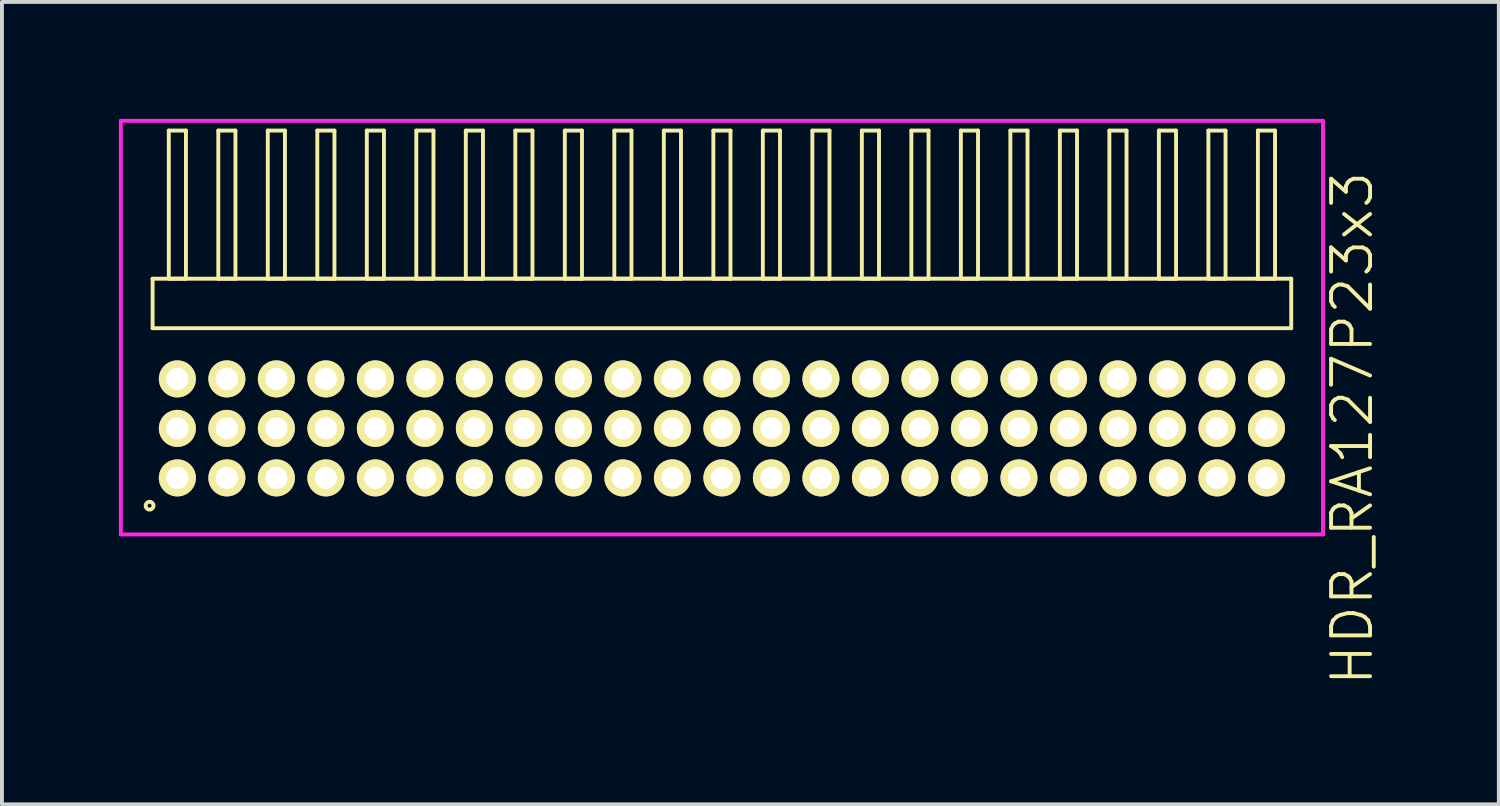
<source format=kicad_pcb>
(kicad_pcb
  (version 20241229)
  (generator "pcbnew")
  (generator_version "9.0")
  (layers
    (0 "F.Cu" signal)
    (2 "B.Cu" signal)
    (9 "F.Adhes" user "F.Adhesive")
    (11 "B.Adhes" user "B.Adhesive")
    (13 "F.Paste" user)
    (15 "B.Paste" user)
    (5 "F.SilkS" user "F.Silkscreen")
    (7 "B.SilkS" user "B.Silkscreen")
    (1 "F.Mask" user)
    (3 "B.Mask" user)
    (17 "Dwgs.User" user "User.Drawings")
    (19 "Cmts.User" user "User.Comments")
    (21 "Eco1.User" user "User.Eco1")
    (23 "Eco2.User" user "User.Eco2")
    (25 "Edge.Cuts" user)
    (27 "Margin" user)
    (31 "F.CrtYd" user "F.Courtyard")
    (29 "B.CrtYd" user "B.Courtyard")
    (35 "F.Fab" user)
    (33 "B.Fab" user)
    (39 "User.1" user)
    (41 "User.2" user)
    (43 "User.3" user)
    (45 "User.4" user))
  (footprint "HDR_RA127P23x3"
    (layer "F.Cu")
    (at 15.47 7.94)
    (property "Reference" "HDR_RA127P23x3" (at 16.17 0 90) (layer "F.SilkS") (effects (font (size 1 1) (thickness 0.1))))
    (attr through_hole)
    (fp_line (start -14.605 -3.84) (end -14.605 -2.57) (stroke (width 0.1) (type solid)) (layer "F.SilkS"))
    (fp_line (start -14.605 -2.57) (end 14.605 -2.57) (stroke (width 0.1) (type solid)) (layer "F.SilkS"))
    (fp_line (start -14.19 -7.64) (end -14.19 -3.84) (stroke (width 0.1) (type solid)) (layer "F.SilkS"))
    (fp_line (start -14.19 -3.84) (end -13.75 -3.84) (stroke (width 0.1) (type solid)) (layer "F.SilkS"))
    (fp_line (start -13.75 -7.64) (end -14.19 -7.64) (stroke (width 0.1) (type solid)) (layer "F.SilkS"))
    (fp_line (start -13.75 -3.84) (end -13.75 -7.64) (stroke (width 0.1) (type solid)) (layer "F.SilkS"))
    (fp_line (start -12.92 -7.64) (end -12.92 -3.84) (stroke (width 0.1) (type solid)) (layer "F.SilkS"))
    (fp_line (start -12.92 -3.84) (end -12.48 -3.84) (stroke (width 0.1) (type solid)) (layer "F.SilkS"))
    (fp_line (start -12.48 -7.64) (end -12.92 -7.64) (stroke (width 0.1) (type solid)) (layer "F.SilkS"))
    (fp_line (start -12.48 -3.84) (end -12.48 -7.64) (stroke (width 0.1) (type solid)) (layer "F.SilkS"))
    (fp_line (start -11.65 -7.64) (end -11.65 -3.84) (stroke (width 0.1) (type solid)) (layer "F.SilkS"))
    (fp_line (start -11.65 -3.84) (end -11.21 -3.84) (stroke (width 0.1) (type solid)) (layer "F.SilkS"))
    (fp_line (start -11.21 -7.64) (end -11.65 -7.64) (stroke (width 0.1) (type solid)) (layer "F.SilkS"))
    (fp_line (start -11.21 -3.84) (end -11.21 -7.64) (stroke (width 0.1) (type solid)) (layer "F.SilkS"))
    (fp_line (start -10.38 -7.64) (end -10.38 -3.84) (stroke (width 0.1) (type solid)) (layer "F.SilkS"))
    (fp_line (start -10.38 -3.84) (end -9.94 -3.84) (stroke (width 0.1) (type solid)) (layer "F.SilkS"))
    (fp_line (start -9.94 -7.64) (end -10.38 -7.64) (stroke (width 0.1) (type solid)) (layer "F.SilkS"))
    (fp_line (start -9.94 -3.84) (end -9.94 -7.64) (stroke (width 0.1) (type solid)) (layer "F.SilkS"))
    (fp_line (start -9.11 -7.64) (end -9.11 -3.84) (stroke (width 0.1) (type solid)) (layer "F.SilkS"))
    (fp_line (start -9.11 -3.84) (end -8.67 -3.84) (stroke (width 0.1) (type solid)) (layer "F.SilkS"))
    (fp_line (start -8.67 -7.64) (end -9.11 -7.64) (stroke (width 0.1) (type solid)) (layer "F.SilkS"))
    (fp_line (start -8.67 -3.84) (end -8.67 -7.64) (stroke (width 0.1) (type solid)) (layer "F.SilkS"))
    (fp_line (start -7.84 -7.64) (end -7.84 -3.84) (stroke (width 0.1) (type solid)) (layer "F.SilkS"))
    (fp_line (start -7.84 -3.84) (end -7.4 -3.84) (stroke (width 0.1) (type solid)) (layer "F.SilkS"))
    (fp_line (start -7.4 -7.64) (end -7.84 -7.64) (stroke (width 0.1) (type solid)) (layer "F.SilkS"))
    (fp_line (start -7.4 -3.84) (end -7.4 -7.64) (stroke (width 0.1) (type solid)) (layer "F.SilkS"))
    (fp_line (start -6.57 -7.64) (end -6.57 -3.84) (stroke (width 0.1) (type solid)) (layer "F.SilkS"))
    (fp_line (start -6.57 -3.84) (end -6.13 -3.84) (stroke (width 0.1) (type solid)) (layer "F.SilkS"))
    (fp_line (start -6.13 -7.64) (end -6.57 -7.64) (stroke (width 0.1) (type solid)) (layer "F.SilkS"))
    (fp_line (start -6.13 -3.84) (end -6.13 -7.64) (stroke (width 0.1) (type solid)) (layer "F.SilkS"))
    (fp_line (start -5.3 -7.64) (end -5.3 -3.84) (stroke (width 0.1) (type solid)) (layer "F.SilkS"))
    (fp_line (start -5.3 -3.84) (end -4.86 -3.84) (stroke (width 0.1) (type solid)) (layer "F.SilkS"))
    (fp_line (start -4.86 -7.64) (end -5.3 -7.64) (stroke (width 0.1) (type solid)) (layer "F.SilkS"))
    (fp_line (start -4.86 -3.84) (end -4.86 -7.64) (stroke (width 0.1) (type solid)) (layer "F.SilkS"))
    (fp_line (start -4.03 -7.64) (end -4.03 -3.84) (stroke (width 0.1) (type solid)) (layer "F.SilkS"))
    (fp_line (start -4.03 -3.84) (end -3.59 -3.84) (stroke (width 0.1) (type solid)) (layer "F.SilkS"))
    (fp_line (start -3.59 -7.64) (end -4.03 -7.64) (stroke (width 0.1) (type solid)) (layer "F.SilkS"))
    (fp_line (start -3.59 -3.84) (end -3.59 -7.64) (stroke (width 0.1) (type solid)) (layer "F.SilkS"))
    (fp_line (start -2.76 -7.64) (end -2.76 -3.84) (stroke (width 0.1) (type solid)) (layer "F.SilkS"))
    (fp_line (start -2.76 -3.84) (end -2.32 -3.84) (stroke (width 0.1) (type solid)) (layer "F.SilkS"))
    (fp_line (start -2.32 -7.64) (end -2.76 -7.64) (stroke (width 0.1) (type solid)) (layer "F.SilkS"))
    (fp_line (start -2.32 -3.84) (end -2.32 -7.64) (stroke (width 0.1) (type solid)) (layer "F.SilkS"))
    (fp_line (start -1.49 -7.64) (end -1.49 -3.84) (stroke (width 0.1) (type solid)) (layer "F.SilkS"))
    (fp_line (start -1.49 -3.84) (end -1.05 -3.84) (stroke (width 0.1) (type solid)) (layer "F.SilkS"))
    (fp_line (start -1.05 -7.64) (end -1.49 -7.64) (stroke (width 0.1) (type solid)) (layer "F.SilkS"))
    (fp_line (start -1.05 -3.84) (end -1.05 -7.64) (stroke (width 0.1) (type solid)) (layer "F.SilkS"))
    (fp_line (start -0.22 -7.64) (end -0.22 -3.84) (stroke (width 0.1) (type solid)) (layer "F.SilkS"))
    (fp_line (start -0.22 -3.84) (end 0.22 -3.84) (stroke (width 0.1) (type solid)) (layer "F.SilkS"))
    (fp_line (start 0.22 -7.64) (end -0.22 -7.64) (stroke (width 0.1) (type solid)) (layer "F.SilkS"))
    (fp_line (start 0.22 -3.84) (end 0.22 -7.64) (stroke (width 0.1) (type solid)) (layer "F.SilkS"))
    (fp_line (start 1.05 -7.64) (end 1.05 -3.84) (stroke (width 0.1) (type solid)) (layer "F.SilkS"))
    (fp_line (start 1.05 -3.84) (end 1.49 -3.84) (stroke (width 0.1) (type solid)) (layer "F.SilkS"))
    (fp_line (start 1.49 -7.64) (end 1.05 -7.64) (stroke (width 0.1) (type solid)) (layer "F.SilkS"))
    (fp_line (start 1.49 -3.84) (end 1.49 -7.64) (stroke (width 0.1) (type solid)) (layer "F.SilkS"))
    (fp_line (start 2.32 -7.64) (end 2.32 -3.84) (stroke (width 0.1) (type solid)) (layer "F.SilkS"))
    (fp_line (start 2.32 -3.84) (end 2.76 -3.84) (stroke (width 0.1) (type solid)) (layer "F.SilkS"))
    (fp_line (start 2.76 -7.64) (end 2.32 -7.64) (stroke (width 0.1) (type solid)) (layer "F.SilkS"))
    (fp_line (start 2.76 -3.84) (end 2.76 -7.64) (stroke (width 0.1) (type solid)) (layer "F.SilkS"))
    (fp_line (start 3.59 -7.64) (end 3.59 -3.84) (stroke (width 0.1) (type solid)) (layer "F.SilkS"))
    (fp_line (start 3.59 -3.84) (end 4.03 -3.84) (stroke (width 0.1) (type solid)) (layer "F.SilkS"))
    (fp_line (start 4.03 -7.64) (end 3.59 -7.64) (stroke (width 0.1) (type solid)) (layer "F.SilkS"))
    (fp_line (start 4.03 -3.84) (end 4.03 -7.64) (stroke (width 0.1) (type solid)) (layer "F.SilkS"))
    (fp_line (start 4.86 -7.64) (end 4.86 -3.84) (stroke (width 0.1) (type solid)) (layer "F.SilkS"))
    (fp_line (start 4.86 -3.84) (end 5.3 -3.84) (stroke (width 0.1) (type solid)) (layer "F.SilkS"))
    (fp_line (start 5.3 -7.64) (end 4.86 -7.64) (stroke (width 0.1) (type solid)) (layer "F.SilkS"))
    (fp_line (start 5.3 -3.84) (end 5.3 -7.64) (stroke (width 0.1) (type solid)) (layer "F.SilkS"))
    (fp_line (start 6.13 -7.64) (end 6.13 -3.84) (stroke (width 0.1) (type solid)) (layer "F.SilkS"))
    (fp_line (start 6.13 -3.84) (end 6.57 -3.84) (stroke (width 0.1) (type solid)) (layer "F.SilkS"))
    (fp_line (start 6.57 -7.64) (end 6.13 -7.64) (stroke (width 0.1) (type solid)) (layer "F.SilkS"))
    (fp_line (start 6.57 -3.84) (end 6.57 -7.64) (stroke (width 0.1) (type solid)) (layer "F.SilkS"))
    (fp_line (start 7.4 -7.64) (end 7.4 -3.84) (stroke (width 0.1) (type solid)) (layer "F.SilkS"))
    (fp_line (start 7.4 -3.84) (end 7.84 -3.84) (stroke (width 0.1) (type solid)) (layer "F.SilkS"))
    (fp_line (start 7.84 -7.64) (end 7.4 -7.64) (stroke (width 0.1) (type solid)) (layer "F.SilkS"))
    (fp_line (start 7.84 -3.84) (end 7.84 -7.64) (stroke (width 0.1) (type solid)) (layer "F.SilkS"))
    (fp_line (start 8.67 -7.64) (end 8.67 -3.84) (stroke (width 0.1) (type solid)) (layer "F.SilkS"))
    (fp_line (start 8.67 -3.84) (end 9.11 -3.84) (stroke (width 0.1) (type solid)) (layer "F.SilkS"))
    (fp_line (start 9.11 -7.64) (end 8.67 -7.64) (stroke (width 0.1) (type solid)) (layer "F.SilkS"))
    (fp_line (start 9.11 -3.84) (end 9.11 -7.64) (stroke (width 0.1) (type solid)) (layer "F.SilkS"))
    (fp_line (start 9.94 -7.64) (end 9.94 -3.84) (stroke (width 0.1) (type solid)) (layer "F.SilkS"))
    (fp_line (start 9.94 -3.84) (end 10.38 -3.84) (stroke (width 0.1) (type solid)) (layer "F.SilkS"))
    (fp_line (start 10.38 -7.64) (end 9.94 -7.64) (stroke (width 0.1) (type solid)) (layer "F.SilkS"))
    (fp_line (start 10.38 -3.84) (end 10.38 -7.64) (stroke (width 0.1) (type solid)) (layer "F.SilkS"))
    (fp_line (start 11.21 -7.64) (end 11.21 -3.84) (stroke (width 0.1) (type solid)) (layer "F.SilkS"))
    (fp_line (start 11.21 -3.84) (end 11.65 -3.84) (stroke (width 0.1) (type solid)) (layer "F.SilkS"))
    (fp_line (start 11.65 -7.64) (end 11.21 -7.64) (stroke (width 0.1) (type solid)) (layer "F.SilkS"))
    (fp_line (start 11.65 -3.84) (end 11.65 -7.64) (stroke (width 0.1) (type solid)) (layer "F.SilkS"))
    (fp_line (start 12.48 -7.64) (end 12.48 -3.84) (stroke (width 0.1) (type solid)) (layer "F.SilkS"))
    (fp_line (start 12.48 -3.84) (end 12.92 -3.84) (stroke (width 0.1) (type solid)) (layer "F.SilkS"))
    (fp_line (start 12.92 -7.64) (end 12.48 -7.64) (stroke (width 0.1) (type solid)) (layer "F.SilkS"))
    (fp_line (start 12.92 -3.84) (end 12.92 -7.64) (stroke (width 0.1) (type solid)) (layer "F.SilkS"))
    (fp_line (start 13.75 -7.64) (end 13.75 -3.84) (stroke (width 0.1) (type solid)) (layer "F.SilkS"))
    (fp_line (start 13.75 -3.84) (end 14.19 -3.84) (stroke (width 0.1) (type solid)) (layer "F.SilkS"))
    (fp_line (start 14.19 -7.64) (end 13.75 -7.64) (stroke (width 0.1) (type solid)) (layer "F.SilkS"))
    (fp_line (start 14.19 -3.84) (end 14.19 -7.64) (stroke (width 0.1) (type solid)) (layer "F.SilkS"))
    (fp_line (start 14.605 -3.84) (end -14.605 -3.84) (stroke (width 0.1) (type solid)) (layer "F.SilkS"))
    (fp_line (start 14.605 -2.57) (end 14.605 -3.84) (stroke (width 0.1) (type solid)) (layer "F.SilkS"))
    (fp_circle (center -14.683 1.983) (end -14.583 1.983) (stroke (width 0.1) (type solid)) (fill no) (layer "F.SilkS"))
    (fp_line (start -15.42 -7.89) (end -15.42 2.72) (stroke (width 0.1) (type solid)) (layer "F.CrtYd"))
    (fp_line (start -15.42 2.72) (end 15.42 2.72) (stroke (width 0.1) (type solid)) (layer "F.CrtYd"))
    (fp_line (start 15.42 -7.89) (end -15.42 -7.89) (stroke (width 0.1) (type solid)) (layer "F.CrtYd"))
    (fp_line (start 15.42 2.72) (end 15.42 -7.89) (stroke (width 0.1) (type solid)) (layer "F.CrtYd"))
    (pad "1" thru_hole oval (at -13.97 1.27) (size 0.95 0.95) (drill 0.57) (layers "*.Cu" "*.Mask" "F.SilkS"))
    (pad "2" thru_hole oval (at -13.97 0) (size 0.95 0.95) (drill 0.57) (layers "*.Cu" "*.Mask" "F.SilkS"))
    (pad "3" thru_hole oval (at -13.97 -1.27) (size 0.95 0.95) (drill 0.57) (layers "*.Cu" "*.Mask" "F.SilkS"))
    (pad "4" thru_hole oval (at -12.7 1.27) (size 0.95 0.95) (drill 0.57) (layers "*.Cu" "*.Mask" "F.SilkS"))
    (pad "5" thru_hole oval (at -12.7 0) (size 0.95 0.95) (drill 0.57) (layers "*.Cu" "*.Mask" "F.SilkS"))
    (pad "6" thru_hole oval (at -12.7 -1.27) (size 0.95 0.95) (drill 0.57) (layers "*.Cu" "*.Mask" "F.SilkS"))
    (pad "7" thru_hole oval (at -11.43 1.27) (size 0.95 0.95) (drill 0.57) (layers "*.Cu" "*.Mask" "F.SilkS"))
    (pad "8" thru_hole oval (at -11.43 0) (size 0.95 0.95) (drill 0.57) (layers "*.Cu" "*.Mask" "F.SilkS"))
    (pad "9" thru_hole oval (at -11.43 -1.27) (size 0.95 0.95) (drill 0.57) (layers "*.Cu" "*.Mask" "F.SilkS"))
    (pad "10" thru_hole oval (at -10.16 1.27) (size 0.95 0.95) (drill 0.57) (layers "*.Cu" "*.Mask" "F.SilkS"))
    (pad "11" thru_hole oval (at -10.16 0) (size 0.95 0.95) (drill 0.57) (layers "*.Cu" "*.Mask" "F.SilkS"))
    (pad "12" thru_hole oval (at -10.16 -1.27) (size 0.95 0.95) (drill 0.57) (layers "*.Cu" "*.Mask" "F.SilkS"))
    (pad "13" thru_hole oval (at -8.89 1.27) (size 0.95 0.95) (drill 0.57) (layers "*.Cu" "*.Mask" "F.SilkS"))
    (pad "14" thru_hole oval (at -8.89 0) (size 0.95 0.95) (drill 0.57) (layers "*.Cu" "*.Mask" "F.SilkS"))
    (pad "15" thru_hole oval (at -8.89 -1.27) (size 0.95 0.95) (drill 0.57) (layers "*.Cu" "*.Mask" "F.SilkS"))
    (pad "16" thru_hole oval (at -7.62 1.27) (size 0.95 0.95) (drill 0.57) (layers "*.Cu" "*.Mask" "F.SilkS"))
    (pad "17" thru_hole oval (at -7.62 0) (size 0.95 0.95) (drill 0.57) (layers "*.Cu" "*.Mask" "F.SilkS"))
    (pad "18" thru_hole oval (at -7.62 -1.27) (size 0.95 0.95) (drill 0.57) (layers "*.Cu" "*.Mask" "F.SilkS"))
    (pad "19" thru_hole oval (at -6.35 1.27) (size 0.95 0.95) (drill 0.57) (layers "*.Cu" "*.Mask" "F.SilkS"))
    (pad "20" thru_hole oval (at -6.35 0) (size 0.95 0.95) (drill 0.57) (layers "*.Cu" "*.Mask" "F.SilkS"))
    (pad "21" thru_hole oval (at -6.35 -1.27) (size 0.95 0.95) (drill 0.57) (layers "*.Cu" "*.Mask" "F.SilkS"))
    (pad "22" thru_hole oval (at -5.08 1.27) (size 0.95 0.95) (drill 0.57) (layers "*.Cu" "*.Mask" "F.SilkS"))
    (pad "23" thru_hole oval (at -5.08 0) (size 0.95 0.95) (drill 0.57) (layers "*.Cu" "*.Mask" "F.SilkS"))
    (pad "24" thru_hole oval (at -5.08 -1.27) (size 0.95 0.95) (drill 0.57) (layers "*.Cu" "*.Mask" "F.SilkS"))
    (pad "25" thru_hole oval (at -3.81 1.27) (size 0.95 0.95) (drill 0.57) (layers "*.Cu" "*.Mask" "F.SilkS"))
    (pad "26" thru_hole oval (at -3.81 0) (size 0.95 0.95) (drill 0.57) (layers "*.Cu" "*.Mask" "F.SilkS"))
    (pad "27" thru_hole oval (at -3.81 -1.27) (size 0.95 0.95) (drill 0.57) (layers "*.Cu" "*.Mask" "F.SilkS"))
    (pad "28" thru_hole oval (at -2.54 1.27) (size 0.95 0.95) (drill 0.57) (layers "*.Cu" "*.Mask" "F.SilkS"))
    (pad "29" thru_hole oval (at -2.54 0) (size 0.95 0.95) (drill 0.57) (layers "*.Cu" "*.Mask" "F.SilkS"))
    (pad "30" thru_hole oval (at -2.54 -1.27) (size 0.95 0.95) (drill 0.57) (layers "*.Cu" "*.Mask" "F.SilkS"))
    (pad "31" thru_hole oval (at -1.27 1.27) (size 0.95 0.95) (drill 0.57) (layers "*.Cu" "*.Mask" "F.SilkS"))
    (pad "32" thru_hole oval (at -1.27 0) (size 0.95 0.95) (drill 0.57) (layers "*.Cu" "*.Mask" "F.SilkS"))
    (pad "33" thru_hole oval (at -1.27 -1.27) (size 0.95 0.95) (drill 0.57) (layers "*.Cu" "*.Mask" "F.SilkS"))
    (pad "34" thru_hole oval (at 0 1.27) (size 0.95 0.95) (drill 0.57) (layers "*.Cu" "*.Mask" "F.SilkS"))
    (pad "35" thru_hole oval (at 0 0) (size 0.95 0.95) (drill 0.57) (layers "*.Cu" "*.Mask" "F.SilkS"))
    (pad "36" thru_hole oval (at 0 -1.27) (size 0.95 0.95) (drill 0.57) (layers "*.Cu" "*.Mask" "F.SilkS"))
    (pad "37" thru_hole oval (at 1.27 1.27) (size 0.95 0.95) (drill 0.57) (layers "*.Cu" "*.Mask" "F.SilkS"))
    (pad "38" thru_hole oval (at 1.27 0) (size 0.95 0.95) (drill 0.57) (layers "*.Cu" "*.Mask" "F.SilkS"))
    (pad "39" thru_hole oval (at 1.27 -1.27) (size 0.95 0.95) (drill 0.57) (layers "*.Cu" "*.Mask" "F.SilkS"))
    (pad "40" thru_hole oval (at 2.54 1.27) (size 0.95 0.95) (drill 0.57) (layers "*.Cu" "*.Mask" "F.SilkS"))
    (pad "41" thru_hole oval (at 2.54 0) (size 0.95 0.95) (drill 0.57) (layers "*.Cu" "*.Mask" "F.SilkS"))
    (pad "42" thru_hole oval (at 2.54 -1.27) (size 0.95 0.95) (drill 0.57) (layers "*.Cu" "*.Mask" "F.SilkS"))
    (pad "43" thru_hole oval (at 3.81 1.27) (size 0.95 0.95) (drill 0.57) (layers "*.Cu" "*.Mask" "F.SilkS"))
    (pad "44" thru_hole oval (at 3.81 0) (size 0.95 0.95) (drill 0.57) (layers "*.Cu" "*.Mask" "F.SilkS"))
    (pad "45" thru_hole oval (at 3.81 -1.27) (size 0.95 0.95) (drill 0.57) (layers "*.Cu" "*.Mask" "F.SilkS"))
    (pad "46" thru_hole oval (at 5.08 1.27) (size 0.95 0.95) (drill 0.57) (layers "*.Cu" "*.Mask" "F.SilkS"))
    (pad "47" thru_hole oval (at 5.08 0) (size 0.95 0.95) (drill 0.57) (layers "*.Cu" "*.Mask" "F.SilkS"))
    (pad "48" thru_hole oval (at 5.08 -1.27) (size 0.95 0.95) (drill 0.57) (layers "*.Cu" "*.Mask" "F.SilkS"))
    (pad "49" thru_hole oval (at 6.35 1.27) (size 0.95 0.95) (drill 0.57) (layers "*.Cu" "*.Mask" "F.SilkS"))
    (pad "50" thru_hole oval (at 6.35 0) (size 0.95 0.95) (drill 0.57) (layers "*.Cu" "*.Mask" "F.SilkS"))
    (pad "51" thru_hole oval (at 6.35 -1.27) (size 0.95 0.95) (drill 0.57) (layers "*.Cu" "*.Mask" "F.SilkS"))
    (pad "52" thru_hole oval (at 7.62 1.27) (size 0.95 0.95) (drill 0.57) (layers "*.Cu" "*.Mask" "F.SilkS"))
    (pad "53" thru_hole oval (at 7.62 0) (size 0.95 0.95) (drill 0.57) (layers "*.Cu" "*.Mask" "F.SilkS"))
    (pad "54" thru_hole oval (at 7.62 -1.27) (size 0.95 0.95) (drill 0.57) (layers "*.Cu" "*.Mask" "F.SilkS"))
    (pad "55" thru_hole oval (at 8.89 1.27) (size 0.95 0.95) (drill 0.57) (layers "*.Cu" "*.Mask" "F.SilkS"))
    (pad "56" thru_hole oval (at 8.89 0) (size 0.95 0.95) (drill 0.57) (layers "*.Cu" "*.Mask" "F.SilkS"))
    (pad "57" thru_hole oval (at 8.89 -1.27) (size 0.95 0.95) (drill 0.57) (layers "*.Cu" "*.Mask" "F.SilkS"))
    (pad "58" thru_hole oval (at 10.16 1.27) (size 0.95 0.95) (drill 0.57) (layers "*.Cu" "*.Mask" "F.SilkS"))
    (pad "59" thru_hole oval (at 10.16 0) (size 0.95 0.95) (drill 0.57) (layers "*.Cu" "*.Mask" "F.SilkS"))
    (pad "60" thru_hole oval (at 10.16 -1.27) (size 0.95 0.95) (drill 0.57) (layers "*.Cu" "*.Mask" "F.SilkS"))
    (pad "61" thru_hole oval (at 11.43 1.27) (size 0.95 0.95) (drill 0.57) (layers "*.Cu" "*.Mask" "F.SilkS"))
    (pad "62" thru_hole oval (at 11.43 0) (size 0.95 0.95) (drill 0.57) (layers "*.Cu" "*.Mask" "F.SilkS"))
    (pad "63" thru_hole oval (at 11.43 -1.27) (size 0.95 0.95) (drill 0.57) (layers "*.Cu" "*.Mask" "F.SilkS"))
    (pad "64" thru_hole oval (at 12.7 1.27) (size 0.95 0.95) (drill 0.57) (layers "*.Cu" "*.Mask" "F.SilkS"))
    (pad "65" thru_hole oval (at 12.7 0) (size 0.95 0.95) (drill 0.57) (layers "*.Cu" "*.Mask" "F.SilkS"))
    (pad "66" thru_hole oval (at 12.7 -1.27) (size 0.95 0.95) (drill 0.57) (layers "*.Cu" "*.Mask" "F.SilkS"))
    (pad "67" thru_hole oval (at 13.97 1.27) (size 0.95 0.95) (drill 0.57) (layers "*.Cu" "*.Mask" "F.SilkS"))
    (pad "68" thru_hole oval (at 13.97 0) (size 0.95 0.95) (drill 0.57) (layers "*.Cu" "*.Mask" "F.SilkS"))
    (pad "69" thru_hole oval (at 13.97 -1.27) (size 0.95 0.95) (drill 0.57) (layers "*.Cu" "*.Mask" "F.SilkS")))
  (gr_rect
    (start -3 -3)
    (end 35.401 17.585)
    (stroke (width 0.1) (type default))
    (fill no)
    (layer "Edge.Cuts")))
</source>
